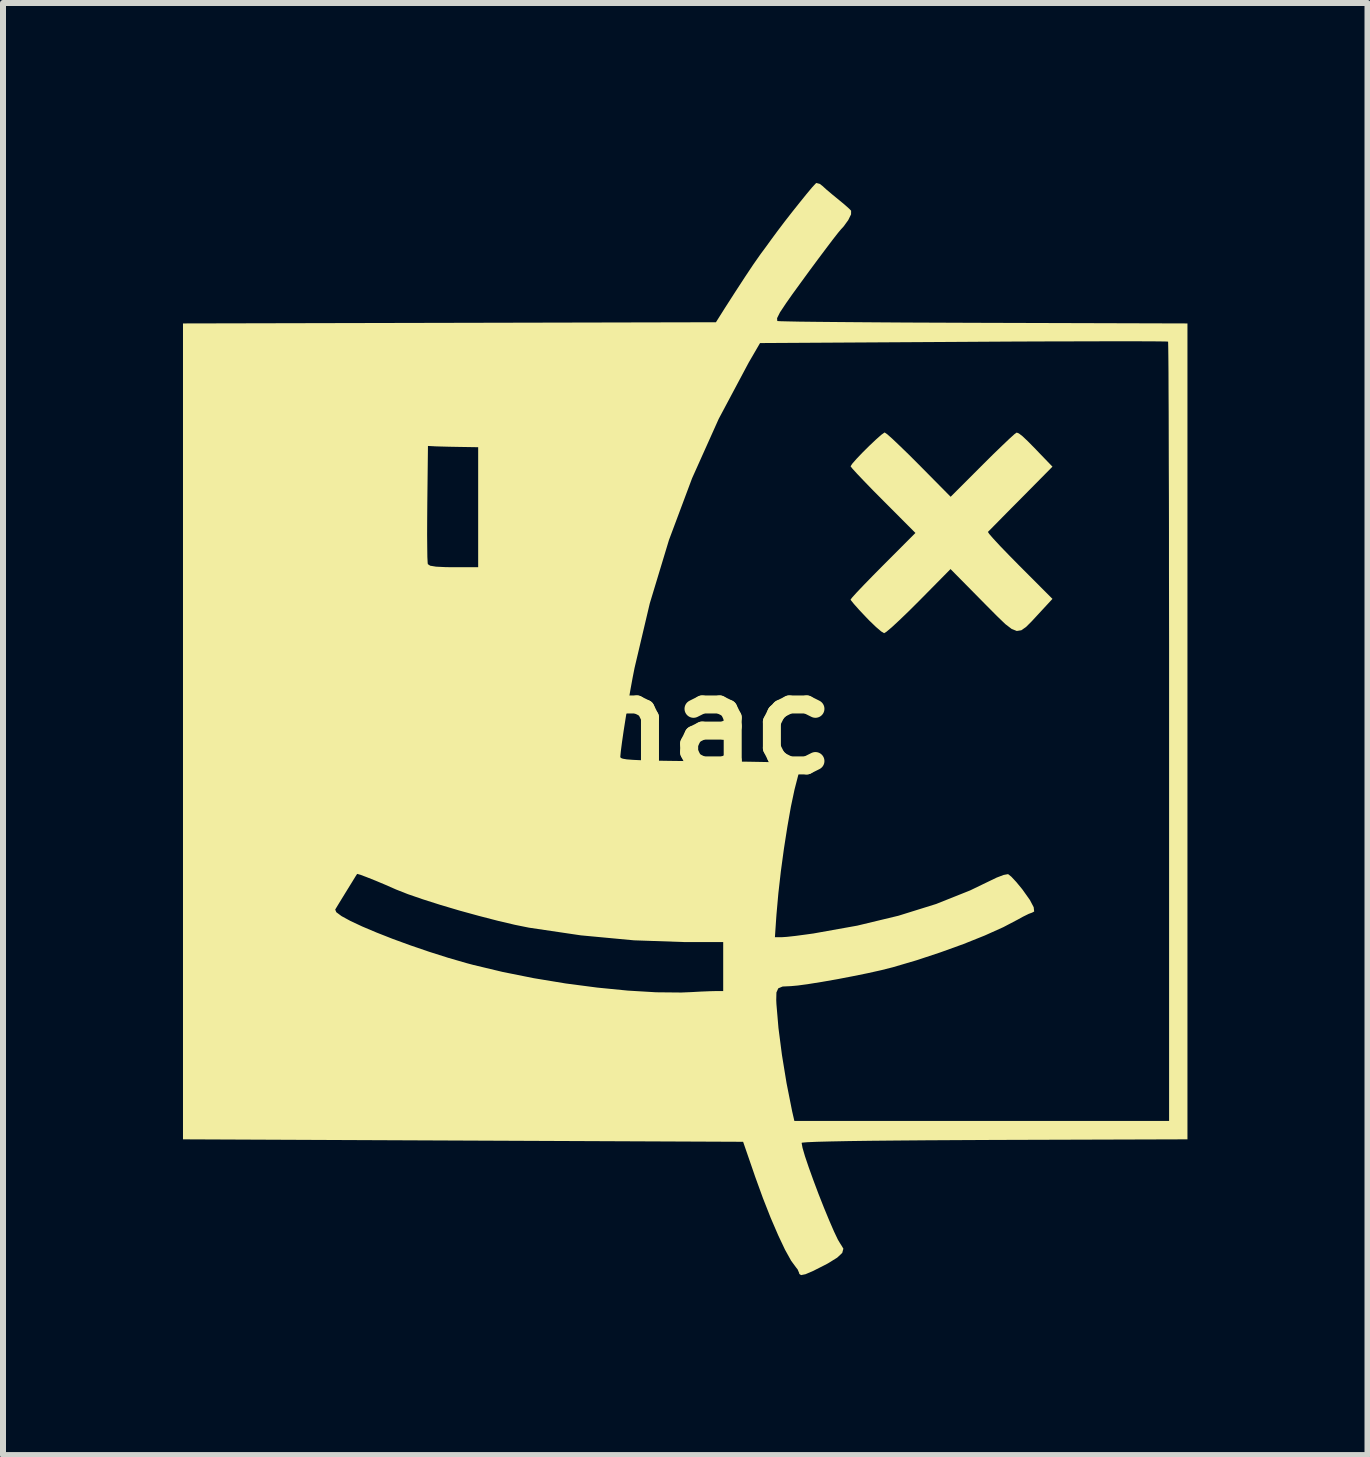
<source format=kicad_pcb>
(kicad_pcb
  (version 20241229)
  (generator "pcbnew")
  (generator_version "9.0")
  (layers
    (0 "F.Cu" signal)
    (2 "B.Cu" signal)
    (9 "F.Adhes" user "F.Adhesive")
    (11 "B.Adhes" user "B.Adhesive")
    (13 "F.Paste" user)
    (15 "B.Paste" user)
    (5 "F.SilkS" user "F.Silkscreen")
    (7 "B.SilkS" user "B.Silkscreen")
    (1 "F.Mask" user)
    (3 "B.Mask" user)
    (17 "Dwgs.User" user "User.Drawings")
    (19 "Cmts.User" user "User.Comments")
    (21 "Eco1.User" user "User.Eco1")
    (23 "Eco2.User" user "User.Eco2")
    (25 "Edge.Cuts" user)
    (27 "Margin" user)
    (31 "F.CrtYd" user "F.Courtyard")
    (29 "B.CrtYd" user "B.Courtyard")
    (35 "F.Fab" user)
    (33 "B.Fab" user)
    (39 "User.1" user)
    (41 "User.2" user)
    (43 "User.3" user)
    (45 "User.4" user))
  (footprint "mac"
    (layer "F.Cu")
    (at 8.473 9.018)
    (property "Reference" "mac" (at 0 0 0) (layer "F.SilkS") (effects (font (size 1.524 1.524) (thickness 0.3))))
    (attr board_only exclude_from_pos_files exclude_from_bom)
    (fp_poly (pts (xy 3.263 -4.832) (xy 3.35 -4.755) (xy 3.474 -4.637) (xy 3.627 -4.489) (xy 3.792 -4.324) (xy 4.322 -3.788) (xy 4.858 -4.324) (xy 5.028 -4.493) (xy 5.18 -4.64) (xy 5.302 -4.756) (xy 5.386 -4.832) (xy 5.423 -4.858) (xy 5.459 -4.844) (xy 5.518 -4.799) (xy 5.609 -4.713) (xy 5.741 -4.579) (xy 5.796 -4.521) (xy 6.019 -4.29) (xy 5.49 -3.755) (xy 5.321 -3.585) (xy 5.173 -3.435) (xy 5.054 -3.314) (xy 4.974 -3.233) (xy 4.943 -3.202) (xy 4.965 -3.168) (xy 5.036 -3.087) (xy 5.148 -2.966) (xy 5.293 -2.816) (xy 5.461 -2.645) (xy 5.472 -2.634) (xy 6.019 -2.086) (xy 5.797 -1.846) (xy 5.674 -1.713) (xy 5.579 -1.618) (xy 5.5 -1.563) (xy 5.424 -1.551) (xy 5.339 -1.585) (xy 5.233 -1.666) (xy 5.096 -1.798) (xy 4.913 -1.982) (xy 4.856 -2.04) (xy 4.32 -2.583) (xy 3.791 -2.047) (xy 3.62 -1.877) (xy 3.467 -1.73) (xy 3.342 -1.614) (xy 3.253 -1.539) (xy 3.213 -1.514) (xy 3.165 -1.543) (xy 3.077 -1.618) (xy 2.965 -1.726) (xy 2.91 -1.783) (xy 2.797 -1.903) (xy 2.709 -2.002) (xy 2.66 -2.063) (xy 2.654 -2.075) (xy 2.682 -2.111) (xy 2.758 -2.195) (xy 2.875 -2.318) (xy 3.022 -2.469) (xy 3.192 -2.641) (xy 3.195 -2.644) (xy 3.735 -3.185) (xy 3.195 -3.727) (xy 3.025 -3.898) (xy 2.877 -4.051) (xy 2.76 -4.174) (xy 2.683 -4.259) (xy 2.654 -4.296) (xy 2.654 -4.296) (xy 2.682 -4.339) (xy 2.754 -4.421) (xy 2.854 -4.526) (xy 2.967 -4.638) (xy 3.076 -4.741) (xy 3.165 -4.82) (xy 3.218 -4.858) (xy 3.223 -4.859)) (stroke (width 0) (type solid)) (fill yes) (layer "F.SilkS"))
    (fp_poly (pts (xy 2.141 -9.003) (xy 2.185 -8.969) (xy 2.251 -8.909) (xy 2.354 -8.822) (xy 2.441 -8.751) (xy 2.549 -8.662) (xy 2.631 -8.589) (xy 2.663 -8.556) (xy 2.662 -8.495) (xy 2.615 -8.399) (xy 2.537 -8.292) (xy 2.498 -8.25) (xy 2.45 -8.193) (xy 2.363 -8.082) (xy 2.248 -7.93) (xy 2.113 -7.75) (xy 1.967 -7.553) (xy 1.822 -7.354) (xy 1.684 -7.164) (xy 1.578 -7.013) (xy 1.477 -6.861) (xy 1.429 -6.765) (xy 1.432 -6.72) (xy 1.437 -6.717) (xy 1.485 -6.714) (xy 1.609 -6.711) (xy 1.802 -6.707) (xy 2.058 -6.704) (xy 2.372 -6.701) (xy 2.737 -6.698) (xy 3.146 -6.695) (xy 3.594 -6.692) (xy 4.075 -6.69) (xy 4.583 -6.688) (xy 4.88 -6.687) (xy 8.269 -6.677) (xy 8.269 6.922) (xy 5.053 6.932) (xy 4.456 6.935) (xy 3.911 6.938) (xy 3.422 6.942) (xy 2.992 6.946) (xy 2.624 6.951) (xy 2.323 6.957) (xy 2.091 6.963) (xy 1.932 6.97) (xy 1.849 6.977) (xy 1.838 6.981) (xy 1.853 7.063) (xy 1.894 7.204) (xy 1.957 7.39) (xy 2.034 7.604) (xy 2.12 7.833) (xy 2.21 8.061) (xy 2.298 8.274) (xy 2.377 8.456) (xy 2.442 8.593) (xy 2.488 8.67) (xy 2.493 8.676) (xy 2.534 8.744) (xy 2.515 8.815) (xy 2.431 8.894) (xy 2.276 8.99) (xy 2.215 9.022) (xy 2.029 9.116) (xy 1.903 9.17) (xy 1.829 9.185) (xy 1.799 9.165) (xy 1.797 9.15) (xy 1.772 9.091) (xy 1.746 9.058) (xy 1.663 8.945) (xy 1.562 8.763) (xy 1.448 8.522) (xy 1.323 8.232) (xy 1.194 7.904) (xy 1.064 7.546) (xy 1.039 7.473) (xy 0.863 6.963) (xy -8.473 6.922) (xy -8.473 3.092) (xy -5.936 3.092) (xy -5.918 3.136) (xy -5.831 3.201) (xy -5.684 3.281) (xy -5.486 3.374) (xy -5.247 3.475) (xy -4.975 3.582) (xy -4.679 3.69) (xy -4.369 3.796) (xy -4.054 3.896) (xy -3.743 3.986) (xy -3.634 4.015) (xy -3.145 4.132) (xy -2.626 4.236) (xy -2.094 4.324) (xy -1.566 4.393) (xy -1.058 4.443) (xy -0.587 4.471) (xy -0.169 4.475) (xy 0 4.468) (xy 0.163 4.459) (xy 0.313 4.453) (xy 0.398 4.451) (xy 0.531 4.451) (xy 0.531 3.634) (xy -0.112 3.634) (xy -0.955 3.605) (xy -1.842 3.522) (xy -2.706 3.394) (xy -2.943 3.346) (xy -3.227 3.279) (xy -3.54 3.198) (xy -3.864 3.109) (xy -4.181 3.015) (xy -4.473 2.922) (xy -4.723 2.836) (xy -4.911 2.762) (xy -4.921 2.758) (xy -5.096 2.681) (xy -5.265 2.61) (xy -5.411 2.552) (xy -5.517 2.512) (xy -5.569 2.498) (xy -5.571 2.499) (xy -5.597 2.539) (xy -5.652 2.629) (xy -5.725 2.747) (xy -5.803 2.874) (xy -5.873 2.988) (xy -5.922 3.069) (xy -5.936 3.092) (xy -8.473 3.092) (xy -8.473 0.549) (xy -1.184 0.549) (xy -1.175 0.565) (xy -1.141 0.578) (xy -1.076 0.589) (xy -0.972 0.597) (xy -0.821 0.604) (xy -0.618 0.61) (xy -0.353 0.614) (xy -0.019 0.618) (xy 0.303 0.621) (xy 0.643 0.624) (xy 0.958 0.628) (xy 1.237 0.633) (xy 1.471 0.639) (xy 1.651 0.644) (xy 1.768 0.65) (xy 1.812 0.655) (xy 1.815 0.704) (xy 1.795 0.803) (xy 1.778 0.866) (xy 1.72 1.091) (xy 1.659 1.379) (xy 1.6 1.714) (xy 1.543 2.079) (xy 1.492 2.455) (xy 1.45 2.825) (xy 1.419 3.173) (xy 1.413 3.257) (xy 1.393 3.553) (xy 1.506 3.553) (xy 1.594 3.547) (xy 1.739 3.531) (xy 1.918 3.507) (xy 2.034 3.491) (xy 2.766 3.36) (xy 3.452 3.195) (xy 4.081 2.999) (xy 4.647 2.773) (xy 4.951 2.626) (xy 5.09 2.559) (xy 5.206 2.515) (xy 5.277 2.502) (xy 5.283 2.504) (xy 5.334 2.545) (xy 5.417 2.634) (xy 5.515 2.753) (xy 5.528 2.771) (xy 5.643 2.933) (xy 5.706 3.053) (xy 5.714 3.125) (xy 5.678 3.144) (xy 5.623 3.164) (xy 5.524 3.213) (xy 5.443 3.258) (xy 5.199 3.386) (xy 4.892 3.524) (xy 4.538 3.666) (xy 4.153 3.805) (xy 3.755 3.937) (xy 3.361 4.053) (xy 3.349 4.056) (xy 3.167 4.102) (xy 2.943 4.152) (xy 2.692 4.203) (xy 2.432 4.253) (xy 2.181 4.297) (xy 1.956 4.333) (xy 1.775 4.358) (xy 1.654 4.369) (xy 1.647 4.369) (xy 1.521 4.375) (xy 1.449 4.405) (xy 1.418 4.474) (xy 1.415 4.601) (xy 1.418 4.667) (xy 1.452 5.066) (xy 1.51 5.515) (xy 1.587 5.986) (xy 1.68 6.454) (xy 1.696 6.524) (xy 1.717 6.615) (xy 7.963 6.615) (xy 7.963 0.129) (xy 7.963 -0.592) (xy 7.963 -1.291) (xy 7.962 -1.964) (xy 7.961 -2.605) (xy 7.961 -3.211) (xy 7.96 -3.777) (xy 7.958 -4.3) (xy 7.957 -4.773) (xy 7.956 -5.195) (xy 7.954 -5.559) (xy 7.953 -5.861) (xy 7.951 -6.098) (xy 7.949 -6.264) (xy 7.947 -6.356) (xy 7.946 -6.374) (xy 7.904 -6.376) (xy 7.785 -6.378) (xy 7.598 -6.379) (xy 7.346 -6.38) (xy 7.038 -6.38) (xy 6.677 -6.379) (xy 6.272 -6.378) (xy 5.827 -6.377) (xy 5.348 -6.375) (xy 4.842 -6.372) (xy 4.537 -6.37) (xy 1.145 -6.35) (xy 0.955 -6.023) (xy 0.456 -5.086) (xy 0.012 -4.096) (xy -0.373 -3.067) (xy -0.693 -2.01) (xy -0.946 -0.938) (xy -0.978 -0.776) (xy -1.016 -0.569) (xy -1.055 -0.34) (xy -1.094 -0.105) (xy -1.129 0.117) (xy -1.157 0.311) (xy -1.176 0.459) (xy -1.184 0.545) (xy -1.184 0.549) (xy -8.473 0.549) (xy -8.473 -3.155) (xy -4.404 -3.155) (xy -4.402 -2.945) (xy -4.4 -2.786) (xy -4.395 -2.689) (xy -4.392 -2.665) (xy -4.353 -2.639) (xy -4.255 -2.623) (xy -4.088 -2.615) (xy -3.962 -2.614) (xy -3.553 -2.614) (xy -3.553 -4.614) (xy -3.869 -4.619) (xy -4.036 -4.622) (xy -4.183 -4.626) (xy -4.281 -4.629) (xy -4.288 -4.63) (xy -4.39 -4.635) (xy -4.401 -3.676) (xy -4.403 -3.402) (xy -4.404 -3.155) (xy -8.473 -3.155) (xy -8.473 -6.677) (xy -4.032 -6.687) (xy 0.41 -6.697) (xy 0.558 -6.932) (xy 0.734 -7.206) (xy 0.895 -7.453) (xy 1.033 -7.66) (xy 1.14 -7.813) (xy 1.16 -7.841) (xy 1.246 -7.957) (xy 1.324 -8.065) (xy 1.337 -8.083) (xy 1.436 -8.217) (xy 1.554 -8.373) (xy 1.682 -8.537) (xy 1.808 -8.695) (xy 1.921 -8.835) (xy 2.012 -8.944) (xy 2.07 -9.007) (xy 2.084 -9.018)) (stroke (width 0) (type solid)) (fill yes) (layer "F.SilkS")))
  (gr_rect
    (start -3 -3)
    (end 19.743 21.203)
    (stroke (width 0.1) (type default))
    (fill no)
    (layer "Edge.Cuts")))
</source>
